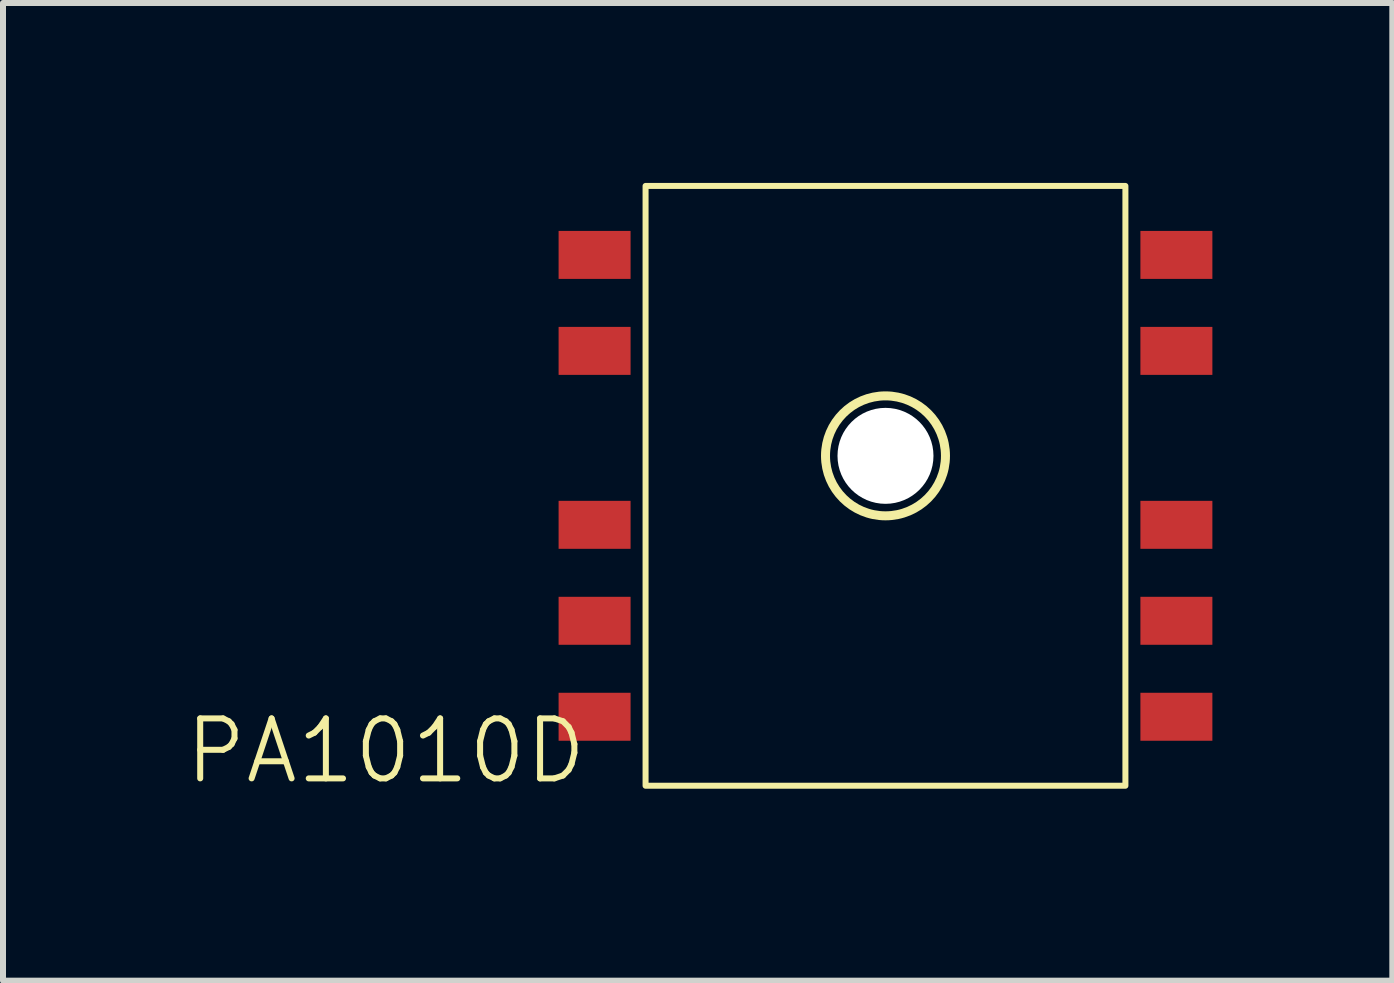
<source format=kicad_pcb>
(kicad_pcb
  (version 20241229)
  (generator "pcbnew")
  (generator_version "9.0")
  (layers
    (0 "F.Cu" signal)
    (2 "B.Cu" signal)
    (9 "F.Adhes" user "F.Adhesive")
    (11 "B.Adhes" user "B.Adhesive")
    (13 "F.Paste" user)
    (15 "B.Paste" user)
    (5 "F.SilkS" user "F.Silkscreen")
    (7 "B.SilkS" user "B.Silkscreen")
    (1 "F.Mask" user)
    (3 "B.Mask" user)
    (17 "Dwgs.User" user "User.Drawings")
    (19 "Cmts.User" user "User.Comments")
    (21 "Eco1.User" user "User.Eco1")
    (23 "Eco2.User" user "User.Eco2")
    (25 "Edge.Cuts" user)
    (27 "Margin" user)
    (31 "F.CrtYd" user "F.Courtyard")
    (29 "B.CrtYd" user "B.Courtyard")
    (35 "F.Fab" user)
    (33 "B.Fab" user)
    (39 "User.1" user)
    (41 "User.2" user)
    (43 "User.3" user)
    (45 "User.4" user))
  (footprint "PA1010D"
    (layer "F.Cu")
    (at 6.713 10.05)
    (property "Reference" "PA1010D" (at -3.33 -0.58 0) (unlocked yes) (layer "F.SilkS") (effects (font (size 1 1) (thickness 0.1))))
    (attr smd)
    (fp_rect (start 1 0) (end 9 -10) (stroke (width 0.1) (type default)) (fill no) (layer "F.SilkS"))
    (fp_circle (center 5 -5.5) (end 6 -5.5) (stroke (width 0.15) (type default)) (fill no) (layer "F.SilkS"))
    (pad "" np_thru_hole circle (at 5 -5.5) (size 1.6 1.6) (drill 1.6) (layers "*.Cu" "*.Mask"))
    (pad "1" smd rect (at 0.15 -8.85) (size 1.2 0.8) (layers "F.Cu" "F.Mask" "F.Paste"))
    (pad "2" smd rect (at 0.15 -7.25) (size 1.2 0.8) (layers "F.Cu" "F.Mask" "F.Paste"))
    (pad "3" smd rect (at 0.15 -4.35) (size 1.2 0.8) (layers "F.Cu" "F.Mask" "F.Paste"))
    (pad "4" smd rect (at 0.15 -2.75) (size 1.2 0.8) (layers "F.Cu" "F.Mask" "F.Paste"))
    (pad "5" smd rect (at 0.15 -1.15) (size 1.2 0.8) (layers "F.Cu" "F.Mask" "F.Paste"))
    (pad "6" smd rect (at 9.85 -1.15) (size 1.2 0.8) (layers "F.Cu" "F.Mask" "F.Paste"))
    (pad "7" smd rect (at 9.85 -2.75) (size 1.2 0.8) (layers "F.Cu" "F.Mask" "F.Paste"))
    (pad "8" smd rect (at 9.85 -4.35) (size 1.2 0.8) (layers "F.Cu" "F.Mask" "F.Paste"))
    (pad "9" smd rect (at 9.85 -7.25) (size 1.2 0.8) (layers "F.Cu" "F.Mask" "F.Paste"))
    (pad "10" smd rect (at 9.85 -8.85) (size 1.2 0.8) (layers "F.Cu" "F.Mask" "F.Paste")))
  (gr_rect
    (start -3 -3)
    (end 20.163 13.3)
    (stroke (width 0.1) (type default))
    (fill no)
    (layer "Edge.Cuts")))
</source>
